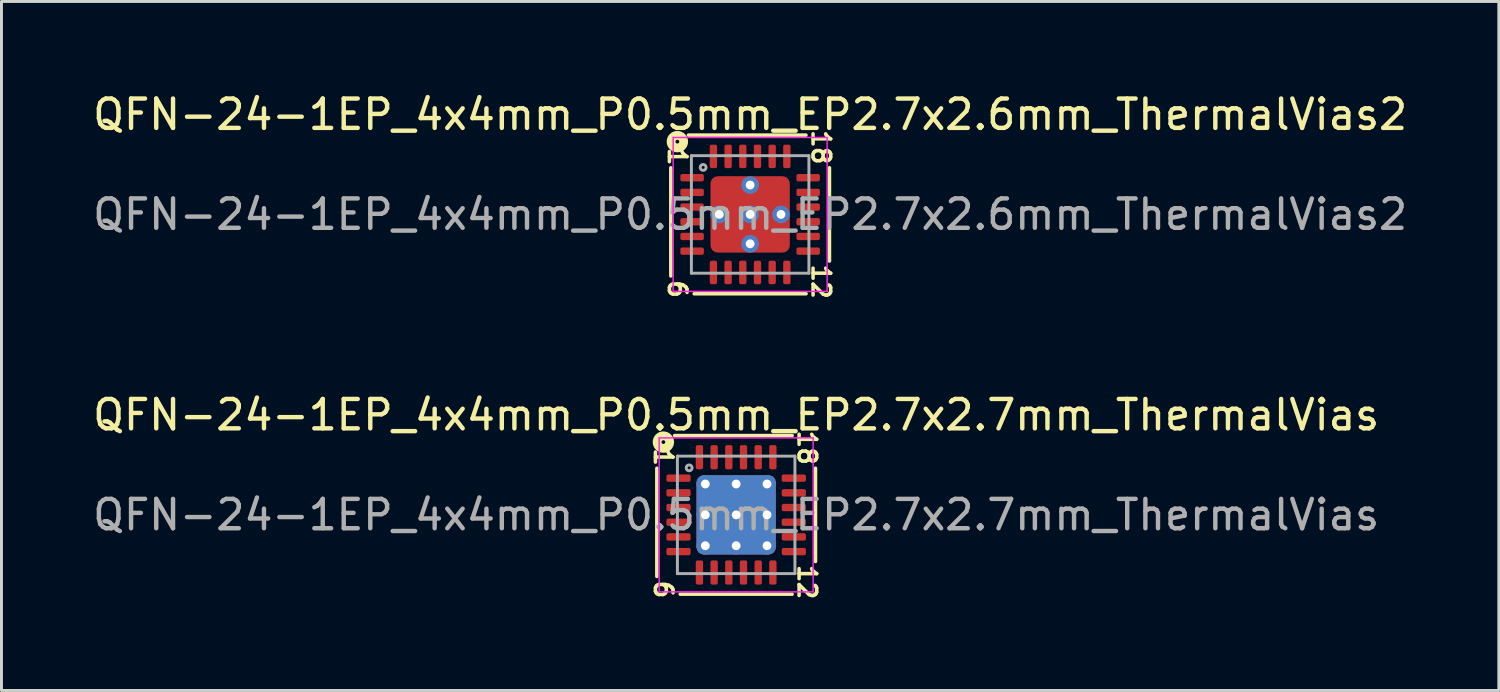
<source format=kicad_pcb>
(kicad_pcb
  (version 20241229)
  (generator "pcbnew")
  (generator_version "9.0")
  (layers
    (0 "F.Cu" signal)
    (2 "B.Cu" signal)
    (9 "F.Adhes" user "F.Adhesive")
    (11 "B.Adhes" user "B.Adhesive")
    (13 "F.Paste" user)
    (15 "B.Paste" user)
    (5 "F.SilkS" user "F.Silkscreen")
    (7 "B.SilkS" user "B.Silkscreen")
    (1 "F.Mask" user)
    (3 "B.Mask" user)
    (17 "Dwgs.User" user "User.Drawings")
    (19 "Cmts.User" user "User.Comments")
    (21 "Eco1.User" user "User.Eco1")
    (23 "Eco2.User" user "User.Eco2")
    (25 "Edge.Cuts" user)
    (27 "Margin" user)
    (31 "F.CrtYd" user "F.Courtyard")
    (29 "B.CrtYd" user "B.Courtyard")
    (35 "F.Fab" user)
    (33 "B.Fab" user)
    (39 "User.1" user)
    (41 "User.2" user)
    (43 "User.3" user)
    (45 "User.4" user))
  (footprint "QFN-24-1EP_4x4mm_P0.5mm_EP2.7x2.6mm_ThermalVias2"
    (layer "F.Cu")
    (at 22.482 4.248)
    (property "Reference" "QFN-24-1EP_4x4mm_P0.5mm_EP2.7x2.6mm_ThermalVias2" (at 0 -3.4 0) (layer "F.SilkS") (effects (font (size 1 1) (thickness 0.15))))
    (attr smd)
    (fp_line (start -2.7 -1.587) (end -2.7 2.095) (stroke (width 0.12) (type solid)) (layer "F.SilkS"))
    (fp_line (start -1.905 2.7) (end 1.905 2.7) (stroke (width 0.12) (type solid)) (layer "F.SilkS"))
    (fp_line (start 1.9 -2.7) (end -2.1 -2.7) (stroke (width 0.12) (type solid)) (layer "F.SilkS"))
    (fp_line (start 2.7 1.587) (end 2.7 -1.587) (stroke (width 0.12) (type solid)) (layer "F.SilkS"))
    (fp_circle (center -2.477 -2.477) (end -2.413 -2.477) (stroke (width 0.3) (type solid)) (fill no) (layer "F.SilkS"))
    (fp_line (start -2.62 -2.62) (end -2.62 2.62) (stroke (width 0.05) (type solid)) (layer "F.CrtYd"))
    (fp_line (start -2.62 2.62) (end 2.62 2.62) (stroke (width 0.05) (type solid)) (layer "F.CrtYd"))
    (fp_line (start 2.62 -2.62) (end -2.62 -2.62) (stroke (width 0.05) (type solid)) (layer "F.CrtYd"))
    (fp_line (start 2.62 2.62) (end 2.62 -2.62) (stroke (width 0.05) (type solid)) (layer "F.CrtYd"))
    (fp_line (start -2 -2) (end 2 -2) (stroke (width 0.1) (type solid)) (layer "F.Fab"))
    (fp_line (start -2 2) (end -2 -2) (stroke (width 0.1) (type solid)) (layer "F.Fab"))
    (fp_line (start 2 -2) (end 2 2) (stroke (width 0.1) (type solid)) (layer "F.Fab"))
    (fp_line (start 2 2) (end -2 2) (stroke (width 0.1) (type solid)) (layer "F.Fab"))
    (fp_circle (center -1.6 -1.6) (end -1.5 -1.6) (stroke (width 0.1) (type solid)) (fill no) (layer "F.Fab"))
    (fp_text user "12" (at 2.413 2.286 270) (unlocked yes) (layer "F.SilkS") (effects (font (size 0.6 0.6) (thickness 0.12))))
    (fp_text user "18" (at 2.413 -2.286 270) (unlocked yes) (layer "F.SilkS") (effects (font (size 0.6 0.6) (thickness 0.12))))
    (fp_text user "1" (at -2.477 -1.968 270) (unlocked yes) (layer "F.SilkS") (effects (font (size 0.6 0.6) (thickness 0.12))))
    (fp_text user "6" (at -2.477 2.54 270) (unlocked yes) (layer "F.SilkS") (effects (font (size 0.6 0.6) (thickness 0.12))))
    (fp_text user "${REFERENCE}" (at 0 0 0) (layer "F.Fab") (effects (font (size 1 1) (thickness 0.15))))
    (pad "" smd roundrect (at -0.775 -0.75) (size 0.75 0.7) (layers "F.Paste") (roundrect_rratio 0.25))
    (pad "" smd roundrect (at -0.775 -0.75) (size 0.95 0.9) (layers "F.Mask") (roundrect_rratio 0.25))
    (pad "" smd roundrect (at -0.775 0.75) (size 0.75 0.7) (layers "F.Paste") (roundrect_rratio 0.25))
    (pad "" smd roundrect (at -0.775 0.75) (size 0.95 0.9) (layers "F.Mask") (roundrect_rratio 0.25))
    (pad "" smd roundrect (at 0.775 -0.75) (size 0.75 0.7) (layers "F.Paste") (roundrect_rratio 0.25))
    (pad "" smd roundrect (at 0.775 -0.75) (size 0.95 0.9) (layers "F.Mask") (roundrect_rratio 0.25))
    (pad "" smd roundrect (at 0.775 0.75) (size 0.75 0.7) (layers "F.Paste") (roundrect_rratio 0.25))
    (pad "" smd roundrect (at 0.775 0.75) (size 0.95 0.9) (layers "F.Mask") (roundrect_rratio 0.25))
    (pad "1" smd roundrect (at -1.975 -1.25) (size 0.8 0.25) (layers "F.Cu" "F.Mask" "F.Paste") (roundrect_rratio 0.25))
    (pad "2" smd roundrect (at -1.975 -0.75) (size 0.8 0.25) (layers "F.Cu" "F.Mask" "F.Paste") (roundrect_rratio 0.25))
    (pad "3" smd roundrect (at -1.975 -0.25) (size 0.8 0.25) (layers "F.Cu" "F.Mask" "F.Paste") (roundrect_rratio 0.25))
    (pad "4" smd roundrect (at -1.975 0.25) (size 0.8 0.25) (layers "F.Cu" "F.Mask" "F.Paste") (roundrect_rratio 0.25))
    (pad "5" smd roundrect (at -1.975 0.75) (size 0.8 0.25) (layers "F.Cu" "F.Mask" "F.Paste") (roundrect_rratio 0.25))
    (pad "6" smd roundrect (at -1.975 1.25) (size 0.8 0.25) (layers "F.Cu" "F.Mask" "F.Paste") (roundrect_rratio 0.25))
    (pad "7" smd roundrect (at -1.25 1.975) (size 0.25 0.8) (layers "F.Cu" "F.Mask" "F.Paste") (roundrect_rratio 0.25))
    (pad "8" smd roundrect (at -0.75 1.975) (size 0.25 0.8) (layers "F.Cu" "F.Mask" "F.Paste") (roundrect_rratio 0.25))
    (pad "9" smd roundrect (at -0.25 1.975) (size 0.25 0.8) (layers "F.Cu" "F.Mask" "F.Paste") (roundrect_rratio 0.25))
    (pad "10" smd roundrect (at 0.25 1.975) (size 0.25 0.8) (layers "F.Cu" "F.Mask" "F.Paste") (roundrect_rratio 0.25))
    (pad "11" smd roundrect (at 0.75 1.975) (size 0.25 0.8) (layers "F.Cu" "F.Mask" "F.Paste") (roundrect_rratio 0.25))
    (pad "12" smd roundrect (at 1.25 1.975) (size 0.25 0.8) (layers "F.Cu" "F.Mask" "F.Paste") (roundrect_rratio 0.25))
    (pad "13" smd roundrect (at 1.975 1.25) (size 0.8 0.25) (layers "F.Cu" "F.Mask" "F.Paste") (roundrect_rratio 0.25))
    (pad "14" smd roundrect (at 1.975 0.75) (size 0.8 0.25) (layers "F.Cu" "F.Mask" "F.Paste") (roundrect_rratio 0.25))
    (pad "15" smd roundrect (at 1.975 0.25) (size 0.8 0.25) (layers "F.Cu" "F.Mask" "F.Paste") (roundrect_rratio 0.25))
    (pad "16" smd roundrect (at 1.975 -0.25) (size 0.8 0.25) (layers "F.Cu" "F.Mask" "F.Paste") (roundrect_rratio 0.25))
    (pad "17" smd roundrect (at 1.975 -0.75) (size 0.8 0.25) (layers "F.Cu" "F.Mask" "F.Paste") (roundrect_rratio 0.25))
    (pad "18" smd roundrect (at 1.975 -1.25) (size 0.8 0.25) (layers "F.Cu" "F.Mask" "F.Paste") (roundrect_rratio 0.25))
    (pad "19" smd roundrect (at 1.25 -1.975) (size 0.25 0.8) (layers "F.Cu" "F.Mask" "F.Paste") (roundrect_rratio 0.25))
    (pad "20" smd roundrect (at 0.75 -1.975) (size 0.25 0.8) (layers "F.Cu" "F.Mask" "F.Paste") (roundrect_rratio 0.25))
    (pad "21" smd roundrect (at 0.25 -1.975) (size 0.25 0.8) (layers "F.Cu" "F.Mask" "F.Paste") (roundrect_rratio 0.25))
    (pad "22" smd roundrect (at -0.25 -1.975) (size 0.25 0.8) (layers "F.Cu" "F.Mask" "F.Paste") (roundrect_rratio 0.25))
    (pad "23" smd roundrect (at -0.75 -1.975) (size 0.25 0.8) (layers "F.Cu" "F.Mask" "F.Paste") (roundrect_rratio 0.25))
    (pad "24" smd roundrect (at -1.25 -1.975) (size 0.25 0.8) (layers "F.Cu" "F.Mask" "F.Paste") (roundrect_rratio 0.25))
    (pad "25" thru_hole circle (at -1.05 0) (size 0.6 0.6) (drill 0.3) (property pad_prop_heatsink) (layers "*.Cu" "*.Mask"))
    (pad "25" thru_hole circle (at 0 -1) (size 0.6 0.6) (drill 0.3) (property pad_prop_heatsink) (layers "*.Cu" "*.Mask"))
    (pad "25" thru_hole circle (at 0 0) (size 0.6 0.6) (drill 0.3) (property pad_prop_heatsink) (layers "*.Cu" "*.Mask"))
    (pad "25" smd roundrect (at 0 0) (size 2.7 2.6) (layers "F.Cu") (roundrect_rratio 0.096))
    (pad "25" thru_hole circle (at 0 1) (size 0.6 0.6) (drill 0.3) (property pad_prop_heatsink) (layers "*.Cu" "*.Mask"))
    (pad "25" thru_hole circle (at 1.05 0) (size 0.6 0.6) (drill 0.3) (property pad_prop_heatsink) (layers "*.Cu" "*.Mask")))
  (footprint "QFN-24-1EP_4x4mm_P0.5mm_EP2.7x2.7mm_ThermalVias"
    (layer "F.Cu")
    (at 22.006 14.474)
    (property "Reference" "QFN-24-1EP_4x4mm_P0.5mm_EP2.7x2.7mm_ThermalVias" (at 0 -3.4 0) (layer "F.SilkS") (effects (font (size 1 1) (thickness 0.15))))
    (attr smd)
    (fp_line (start -2.7 -1.587) (end -2.7 2.095) (stroke (width 0.12) (type solid)) (layer "F.SilkS"))
    (fp_line (start -1.905 2.7) (end 1.905 2.7) (stroke (width 0.12) (type solid)) (layer "F.SilkS"))
    (fp_line (start 1.905 -2.7) (end -2.095 -2.7) (stroke (width 0.12) (type solid)) (layer "F.SilkS"))
    (fp_line (start 2.7 1.587) (end 2.7 -1.587) (stroke (width 0.12) (type solid)) (layer "F.SilkS"))
    (fp_circle (center -2.477 -2.477) (end -2.413 -2.477) (stroke (width 0.3) (type solid)) (fill no) (layer "F.SilkS"))
    (fp_line (start -2.62 -2.62) (end -2.62 2.62) (stroke (width 0.05) (type solid)) (layer "F.CrtYd"))
    (fp_line (start -2.62 2.62) (end 2.62 2.62) (stroke (width 0.05) (type solid)) (layer "F.CrtYd"))
    (fp_line (start 2.62 -2.62) (end -2.62 -2.62) (stroke (width 0.05) (type solid)) (layer "F.CrtYd"))
    (fp_line (start 2.62 2.62) (end 2.62 -2.62) (stroke (width 0.05) (type solid)) (layer "F.CrtYd"))
    (fp_line (start -2 -2) (end 2 -2) (stroke (width 0.1) (type solid)) (layer "F.Fab"))
    (fp_line (start -2 2) (end -2 -2) (stroke (width 0.1) (type solid)) (layer "F.Fab"))
    (fp_line (start 2 -2) (end 2 2) (stroke (width 0.1) (type solid)) (layer "F.Fab"))
    (fp_line (start 2 2) (end -2 2) (stroke (width 0.1) (type solid)) (layer "F.Fab"))
    (fp_circle (center -1.6 -1.6) (end -1.5 -1.6) (stroke (width 0.1) (type solid)) (fill no) (layer "F.Fab"))
    (fp_text user "18" (at 2.413 -2.286 270) (unlocked yes) (layer "F.SilkS") (effects (font (size 0.6 0.6) (thickness 0.12))))
    (fp_text user "1" (at -2.477 -1.968 270) (unlocked yes) (layer "F.SilkS") (effects (font (size 0.6 0.6) (thickness 0.12))))
    (fp_text user "12" (at 2.413 2.286 270) (unlocked yes) (layer "F.SilkS") (effects (font (size 0.6 0.6) (thickness 0.12))))
    (fp_text user "6" (at -2.477 2.54 270) (unlocked yes) (layer "F.SilkS") (effects (font (size 0.6 0.6) (thickness 0.12))))
    (fp_text user "${REFERENCE}" (at 0 0 0) (layer "F.Fab") (effects (font (size 1 1) (thickness 0.15))))
    (pad "" smd roundrect (at -0.675 -0.675) (size 1.17 1.17) (layers "F.Paste") (roundrect_rratio 0.214))
    (pad "" smd roundrect (at -0.675 0.675) (size 1.17 1.17) (layers "F.Paste") (roundrect_rratio 0.214))
    (pad "" smd roundrect (at 0.675 -0.675) (size 1.17 1.17) (layers "F.Paste") (roundrect_rratio 0.214))
    (pad "" smd roundrect (at 0.675 0.675) (size 1.17 1.17) (layers "F.Paste") (roundrect_rratio 0.214))
    (pad "1" smd roundrect (at -1.962 -1.25) (size 0.825 0.25) (layers "F.Cu" "F.Mask" "F.Paste") (roundrect_rratio 0.25))
    (pad "2" smd roundrect (at -1.962 -0.75) (size 0.825 0.25) (layers "F.Cu" "F.Mask" "F.Paste") (roundrect_rratio 0.25))
    (pad "3" smd roundrect (at -1.962 -0.25) (size 0.825 0.25) (layers "F.Cu" "F.Mask" "F.Paste") (roundrect_rratio 0.25))
    (pad "4" smd roundrect (at -1.962 0.25) (size 0.825 0.25) (layers "F.Cu" "F.Mask" "F.Paste") (roundrect_rratio 0.25))
    (pad "5" smd roundrect (at -1.962 0.75) (size 0.825 0.25) (layers "F.Cu" "F.Mask" "F.Paste") (roundrect_rratio 0.25))
    (pad "6" smd roundrect (at -1.962 1.25) (size 0.825 0.25) (layers "F.Cu" "F.Mask" "F.Paste") (roundrect_rratio 0.25))
    (pad "7" smd roundrect (at -1.25 1.962) (size 0.25 0.825) (layers "F.Cu" "F.Mask" "F.Paste") (roundrect_rratio 0.25))
    (pad "8" smd roundrect (at -0.75 1.962) (size 0.25 0.825) (layers "F.Cu" "F.Mask" "F.Paste") (roundrect_rratio 0.25))
    (pad "9" smd roundrect (at -0.25 1.962) (size 0.25 0.825) (layers "F.Cu" "F.Mask" "F.Paste") (roundrect_rratio 0.25))
    (pad "10" smd roundrect (at 0.25 1.962) (size 0.25 0.825) (layers "F.Cu" "F.Mask" "F.Paste") (roundrect_rratio 0.25))
    (pad "11" smd roundrect (at 0.75 1.962) (size 0.25 0.825) (layers "F.Cu" "F.Mask" "F.Paste") (roundrect_rratio 0.25))
    (pad "12" smd roundrect (at 1.25 1.962) (size 0.25 0.825) (layers "F.Cu" "F.Mask" "F.Paste") (roundrect_rratio 0.25))
    (pad "13" smd roundrect (at 1.962 1.25) (size 0.825 0.25) (layers "F.Cu" "F.Mask" "F.Paste") (roundrect_rratio 0.25))
    (pad "14" smd roundrect (at 1.962 0.75) (size 0.825 0.25) (layers "F.Cu" "F.Mask" "F.Paste") (roundrect_rratio 0.25))
    (pad "15" smd roundrect (at 1.962 0.25) (size 0.825 0.25) (layers "F.Cu" "F.Mask" "F.Paste") (roundrect_rratio 0.25))
    (pad "16" smd roundrect (at 1.962 -0.25) (size 0.825 0.25) (layers "F.Cu" "F.Mask" "F.Paste") (roundrect_rratio 0.25))
    (pad "17" smd roundrect (at 1.962 -0.75) (size 0.825 0.25) (layers "F.Cu" "F.Mask" "F.Paste") (roundrect_rratio 0.25))
    (pad "18" smd roundrect (at 1.962 -1.25) (size 0.825 0.25) (layers "F.Cu" "F.Mask" "F.Paste") (roundrect_rratio 0.25))
    (pad "19" smd roundrect (at 1.25 -1.962) (size 0.25 0.825) (layers "F.Cu" "F.Mask" "F.Paste") (roundrect_rratio 0.25))
    (pad "20" smd roundrect (at 0.75 -1.962) (size 0.25 0.825) (layers "F.Cu" "F.Mask" "F.Paste") (roundrect_rratio 0.25))
    (pad "21" smd roundrect (at 0.25 -1.962) (size 0.25 0.825) (layers "F.Cu" "F.Mask" "F.Paste") (roundrect_rratio 0.25))
    (pad "22" smd roundrect (at -0.25 -1.962) (size 0.25 0.825) (layers "F.Cu" "F.Mask" "F.Paste") (roundrect_rratio 0.25))
    (pad "23" smd roundrect (at -0.75 -1.962) (size 0.25 0.825) (layers "F.Cu" "F.Mask" "F.Paste") (roundrect_rratio 0.25))
    (pad "24" smd roundrect (at -1.25 -1.962) (size 0.25 0.825) (layers "F.Cu" "F.Mask" "F.Paste") (roundrect_rratio 0.25))
    (pad "25" thru_hole circle (at -1.05 -1.05) (size 0.6 0.6) (drill 0.3) (property pad_prop_heatsink) (layers "*.Cu"))
    (pad "25" thru_hole circle (at -1.05 0) (size 0.6 0.6) (drill 0.3) (property pad_prop_heatsink) (layers "*.Cu"))
    (pad "25" thru_hole circle (at -1.05 1.05) (size 0.6 0.6) (drill 0.3) (property pad_prop_heatsink) (layers "*.Cu"))
    (pad "25" thru_hole circle (at 0 -1.05) (size 0.6 0.6) (drill 0.3) (property pad_prop_heatsink) (layers "*.Cu"))
    (pad "25" thru_hole circle (at 0 0) (size 0.6 0.6) (drill 0.3) (property pad_prop_heatsink) (layers "*.Cu"))
    (pad "25" smd roundrect (at 0 0) (size 2.7 2.7) (layers "F.Cu" "F.Mask") (roundrect_rratio 0.093))
    (pad "25" smd roundrect (at 0 0) (size 2.7 2.7) (layers "B.Cu" "B.Mask") (roundrect_rratio 0.093))
    (pad "25" thru_hole circle (at 0 1.05) (size 0.6 0.6) (drill 0.3) (property pad_prop_heatsink) (layers "*.Cu"))
    (pad "25" thru_hole circle (at 1.05 -1.05) (size 0.6 0.6) (drill 0.3) (property pad_prop_heatsink) (layers "*.Cu"))
    (pad "25" thru_hole circle (at 1.05 0) (size 0.6 0.6) (drill 0.3) (property pad_prop_heatsink) (layers "*.Cu"))
    (pad "25" thru_hole circle (at 1.05 1.05) (size 0.6 0.6) (drill 0.3) (property pad_prop_heatsink) (layers "*.Cu")))
  (gr_rect
    (start -3 -3)
    (end 47.964 20.451)
    (stroke (width 0.1) (type default))
    (fill no)
    (layer "Edge.Cuts")))
</source>
